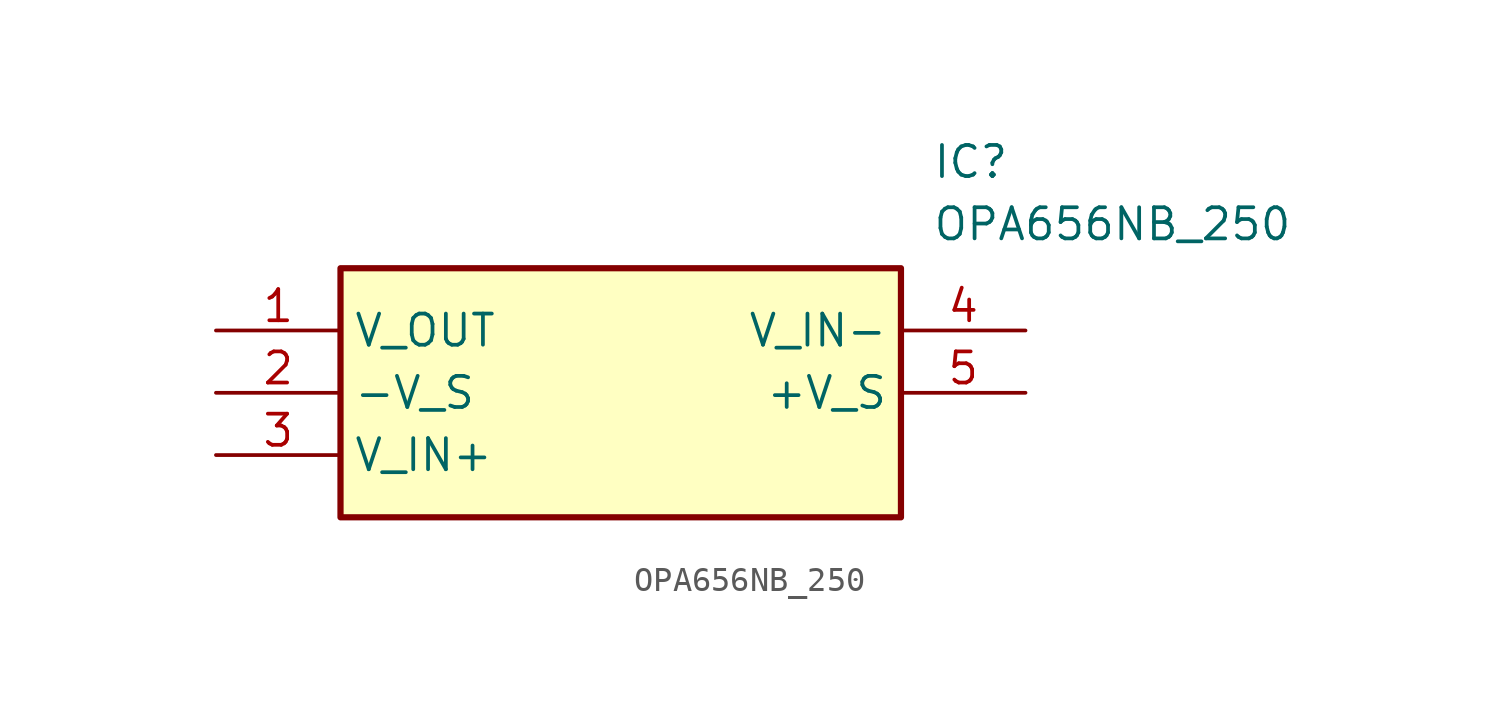
<source format=kicad_sym>
(kicad_symbol_lib
  (version 20211014)
  (generator SamacSys_ECAD_Model)
  (symbol "OPA656NB_250"
    (property "Reference" "IC"
      (at 29.21 7.62 0)
      (effects (font (size 1.27 1.27)) (justify left top)))
    (property "Value" "OPA656NB_250"
      (at 29.21 5.08 0)
      (effects (font (size 1.27 1.27)) (justify left top)))
    (rectangle
      (start 5.08 2.54)
      (end 27.94 -7.62)
      (stroke (width 0.254) (type default))
      (fill (type background)))
    (pin passive line
      (at 0 0 0)
      (length 5.08)
      (name "V_OUT" (effects (font (size 1.27 1.27))))
      (number "1" (effects (font (size 1.27 1.27)))))
    (pin passive line
      (at 0 -2.54 0)
      (length 5.08)
      (name "-V_S" (effects (font (size 1.27 1.27))))
      (number "2" (effects (font (size 1.27 1.27)))))
    (pin passive line
      (at 0 -5.08 0)
      (length 5.08)
      (name "V_IN+" (effects (font (size 1.27 1.27))))
      (number "3" (effects (font (size 1.27 1.27)))))
    (pin passive line
      (at 33.02 0 180)
      (length 5.08)
      (name "V_IN-" (effects (font (size 1.27 1.27))))
      (number "4" (effects (font (size 1.27 1.27)))))
    (pin passive line
      (at 33.02 -2.54 180)
      (length 5.08)
      (name "+V_S" (effects (font (size 1.27 1.27))))
      (number "5" (effects (font (size 1.27 1.27)))))))
</source>
